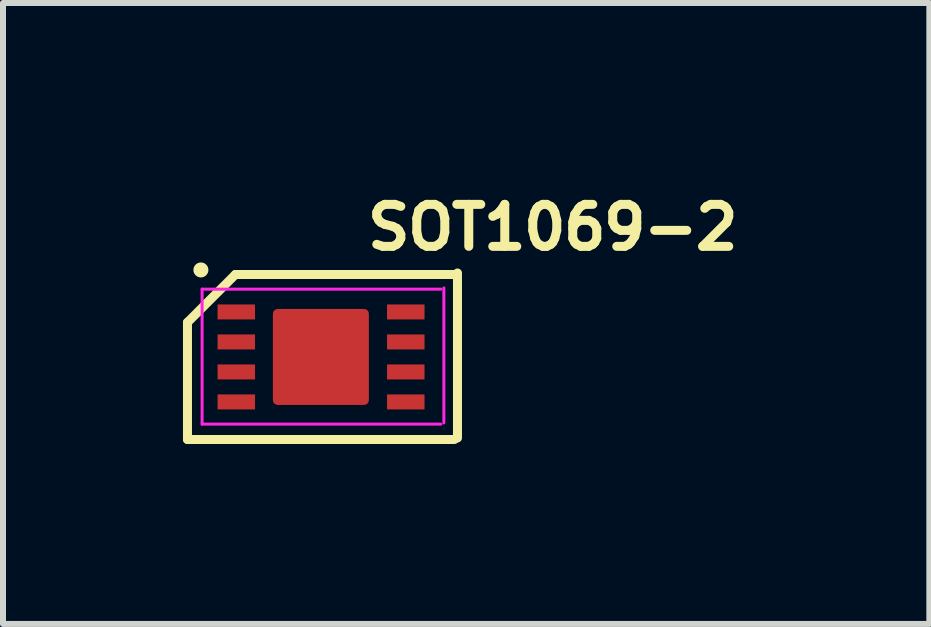
<source format=kicad_pcb>
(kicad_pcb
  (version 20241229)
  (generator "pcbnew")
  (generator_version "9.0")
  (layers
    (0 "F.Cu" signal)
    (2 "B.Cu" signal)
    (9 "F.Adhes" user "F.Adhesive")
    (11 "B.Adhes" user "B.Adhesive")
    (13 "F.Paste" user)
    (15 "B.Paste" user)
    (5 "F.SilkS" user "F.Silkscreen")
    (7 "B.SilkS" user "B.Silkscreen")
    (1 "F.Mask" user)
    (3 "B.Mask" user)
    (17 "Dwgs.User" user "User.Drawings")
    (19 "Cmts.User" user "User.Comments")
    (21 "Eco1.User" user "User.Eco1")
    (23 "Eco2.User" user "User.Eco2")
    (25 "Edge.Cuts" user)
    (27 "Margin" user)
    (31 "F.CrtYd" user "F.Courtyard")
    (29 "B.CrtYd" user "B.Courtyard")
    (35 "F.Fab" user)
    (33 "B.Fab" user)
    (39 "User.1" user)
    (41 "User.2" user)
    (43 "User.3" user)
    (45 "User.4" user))
  (footprint "SOT1069-2"
    (layer "F.Cu")
    (at 2.299 2.9)
    (property "Reference" "SOT1069-2" (at 0.7 -1.75 180) (layer "F.SilkS") (effects (font (size 0.7 0.7) (thickness 0.15)) (justify left bottom)))
    (attr smd)
    (fp_line (start -2.224 -0.576) (end -1.425 -1.374) (stroke (width 0.15) (type solid)) (layer "F.SilkS"))
    (fp_line (start -2.224 1.376) (end -2.224 -0.576) (stroke (width 0.15) (type solid)) (layer "F.SilkS"))
    (fp_line (start -1.425 -1.374) (end 2.226 -1.374) (stroke (width 0.15) (type solid)) (layer "F.SilkS"))
    (fp_line (start 2.226 1.376) (end -2.224 1.376) (stroke (width 0.15) (type solid)) (layer "F.SilkS"))
    (fp_line (start 2.277 -1.399) (end 2.277 1.351) (stroke (width 0.15) (type solid)) (layer "F.SilkS"))
    (fp_circle (center -2 -1.45) (end -1.95 -1.45) (stroke (width 0.15) (type solid)) (fill yes) (layer "F.SilkS"))
    (fp_line (start -1.98 -1.13) (end 2 -1.13) (stroke (width 0.05) (type solid)) (layer "F.CrtYd"))
    (fp_line (start -1.98 1.12) (end -1.98 -1.13) (stroke (width 0.05) (type solid)) (layer "F.CrtYd"))
    (fp_line (start 2 1.12) (end -1.98 1.12) (stroke (width 0.05) (type solid)) (layer "F.CrtYd"))
    (fp_line (start 2.05 -1.15) (end 2.05 1.1) (stroke (width 0.05) (type solid)) (layer "F.CrtYd"))
    (fp_rect (start -1.499 -0.999) (end 1.5 0.999) (stroke (width 0.1) (type solid)) (fill no) (layer "User.5"))
    (fp_line (start -1.412 -0.663) (end -1.412 -0.663) (stroke (width 0.02) (type solid)) (layer "User.9"))
    (fp_line (start -1.412 -0.663) (end -1.41 -0.654) (stroke (width 0.02) (type solid)) (layer "User.9"))
    (fp_line (start -1.41 -0.684) (end -1.41 -0.674) (stroke (width 0.02) (type solid)) (layer "User.9"))
    (fp_line (start -1.41 -0.674) (end -1.412 -0.663) (stroke (width 0.02) (type solid)) (layer "User.9"))
    (fp_line (start -1.41 -0.654) (end -1.41 -0.644) (stroke (width 0.02) (type solid)) (layer "User.9"))
    (fp_line (start -1.41 -0.644) (end -1.408 -0.634) (stroke (width 0.02) (type solid)) (layer "User.9"))
    (fp_line (start -1.408 -0.694) (end -1.41 -0.684) (stroke (width 0.02) (type solid)) (layer "User.9"))
    (fp_line (start -1.408 -0.634) (end -1.406 -0.624) (stroke (width 0.02) (type solid)) (layer "User.9"))
    (fp_line (start -1.406 -0.704) (end -1.408 -0.694) (stroke (width 0.02) (type solid)) (layer "User.9"))
    (fp_line (start -1.406 -0.624) (end -1.404 -0.615) (stroke (width 0.02) (type solid)) (layer "User.9"))
    (fp_line (start -1.404 -0.713) (end -1.406 -0.704) (stroke (width 0.02) (type solid)) (layer "User.9"))
    (fp_line (start -1.404 -0.615) (end -1.402 -0.605) (stroke (width 0.02) (type solid)) (layer "User.9"))
    (fp_line (start -1.402 -0.723) (end -1.404 -0.713) (stroke (width 0.02) (type solid)) (layer "User.9"))
    (fp_line (start -1.402 -0.605) (end -1.398 -0.595) (stroke (width 0.02) (type solid)) (layer "User.9"))
    (fp_line (start -1.398 -0.733) (end -1.402 -0.723) (stroke (width 0.02) (type solid)) (layer "User.9"))
    (fp_line (start -1.398 -0.595) (end -1.396 -0.586) (stroke (width 0.02) (type solid)) (layer "User.9"))
    (fp_line (start -1.396 -0.742) (end -1.398 -0.733) (stroke (width 0.02) (type solid)) (layer "User.9"))
    (fp_line (start -1.396 -0.586) (end -1.392 -0.577) (stroke (width 0.02) (type solid)) (layer "User.9"))
    (fp_line (start -1.392 -0.751) (end -1.396 -0.742) (stroke (width 0.02) (type solid)) (layer "User.9"))
    (fp_line (start -1.392 -0.577) (end -1.387 -0.568) (stroke (width 0.02) (type solid)) (layer "User.9"))
    (fp_line (start -1.387 -0.76) (end -1.392 -0.751) (stroke (width 0.02) (type solid)) (layer "User.9"))
    (fp_line (start -1.387 -0.568) (end -1.383 -0.56) (stroke (width 0.02) (type solid)) (layer "User.9"))
    (fp_line (start -1.383 -0.768) (end -1.387 -0.76) (stroke (width 0.02) (type solid)) (layer "User.9"))
    (fp_line (start -1.383 -0.56) (end -1.377 -0.552) (stroke (width 0.02) (type solid)) (layer "User.9"))
    (fp_line (start -1.377 -0.776) (end -1.383 -0.768) (stroke (width 0.02) (type solid)) (layer "User.9"))
    (fp_line (start -1.377 -0.552) (end -1.371 -0.544) (stroke (width 0.02) (type solid)) (layer "User.9"))
    (fp_line (start -1.371 -0.784) (end -1.377 -0.776) (stroke (width 0.02) (type solid)) (layer "User.9"))
    (fp_line (start -1.371 -0.544) (end -1.365 -0.536) (stroke (width 0.02) (type solid)) (layer "User.9"))
    (fp_line (start -1.365 -0.791) (end -1.371 -0.784) (stroke (width 0.02) (type solid)) (layer "User.9"))
    (fp_line (start -1.365 -0.536) (end -1.359 -0.53) (stroke (width 0.02) (type solid)) (layer "User.9"))
    (fp_line (start -1.359 -0.798) (end -1.365 -0.791) (stroke (width 0.02) (type solid)) (layer "User.9"))
    (fp_line (start -1.359 -0.53) (end -1.353 -0.523) (stroke (width 0.02) (type solid)) (layer "User.9"))
    (fp_line (start -1.353 -0.805) (end -1.359 -0.798) (stroke (width 0.02) (type solid)) (layer "User.9"))
    (fp_line (start -1.353 -0.523) (end -1.345 -0.516) (stroke (width 0.02) (type solid)) (layer "User.9"))
    (fp_line (start -1.345 -0.812) (end -1.353 -0.805) (stroke (width 0.02) (type solid)) (layer "User.9"))
    (fp_line (start -1.345 -0.516) (end -1.339 -0.51) (stroke (width 0.02) (type solid)) (layer "User.9"))
    (fp_line (start -1.339 -0.818) (end -1.345 -0.812) (stroke (width 0.02) (type solid)) (layer "User.9"))
    (fp_line (start -1.339 -0.51) (end -1.331 -0.504) (stroke (width 0.02) (type solid)) (layer "User.9"))
    (fp_line (start -1.331 -0.824) (end -1.339 -0.818) (stroke (width 0.02) (type solid)) (layer "User.9"))
    (fp_line (start -1.331 -0.504) (end -1.323 -0.499) (stroke (width 0.02) (type solid)) (layer "User.9"))
    (fp_line (start -1.323 -0.829) (end -1.331 -0.824) (stroke (width 0.02) (type solid)) (layer "User.9"))
    (fp_line (start -1.323 -0.499) (end -1.315 -0.493) (stroke (width 0.02) (type solid)) (layer "User.9"))
    (fp_line (start -1.315 -0.835) (end -1.323 -0.829) (stroke (width 0.02) (type solid)) (layer "User.9"))
    (fp_line (start -1.315 -0.493) (end -1.307 -0.489) (stroke (width 0.02) (type solid)) (layer "User.9"))
    (fp_line (start -1.307 -0.839) (end -1.315 -0.835) (stroke (width 0.02) (type solid)) (layer "User.9"))
    (fp_line (start -1.307 -0.489) (end -1.297 -0.484) (stroke (width 0.02) (type solid)) (layer "User.9"))
    (fp_line (start -1.297 -0.844) (end -1.307 -0.839) (stroke (width 0.02) (type solid)) (layer "User.9"))
    (fp_line (start -1.297 -0.484) (end -1.289 -0.48) (stroke (width 0.02) (type solid)) (layer "User.9"))
    (fp_line (start -1.289 -0.848) (end -1.297 -0.844) (stroke (width 0.02) (type solid)) (layer "User.9"))
    (fp_line (start -1.289 -0.48) (end -1.279 -0.477) (stroke (width 0.02) (type solid)) (layer "User.9"))
    (fp_line (start -1.279 -0.851) (end -1.289 -0.848) (stroke (width 0.02) (type solid)) (layer "User.9"))
    (fp_line (start -1.279 -0.477) (end -1.271 -0.473) (stroke (width 0.02) (type solid)) (layer "User.9"))
    (fp_line (start -1.271 -0.856) (end -1.279 -0.851) (stroke (width 0.02) (type solid)) (layer "User.9"))
    (fp_line (start -1.271 -0.473) (end -1.261 -0.471) (stroke (width 0.02) (type solid)) (layer "User.9"))
    (fp_line (start -1.261 -0.858) (end -1.271 -0.856) (stroke (width 0.02) (type solid)) (layer "User.9"))
    (fp_line (start -1.261 -0.471) (end -1.252 -0.469) (stroke (width 0.02) (type solid)) (layer "User.9"))
    (fp_line (start -1.252 -0.86) (end -1.261 -0.858) (stroke (width 0.02) (type solid)) (layer "User.9"))
    (fp_line (start -1.252 -0.469) (end -1.242 -0.466) (stroke (width 0.02) (type solid)) (layer "User.9"))
    (fp_line (start -1.242 -0.862) (end -1.252 -0.86) (stroke (width 0.02) (type solid)) (layer "User.9"))
    (fp_line (start -1.242 -0.466) (end -1.232 -0.465) (stroke (width 0.02) (type solid)) (layer "User.9"))
    (fp_line (start -1.232 -0.863) (end -1.242 -0.862) (stroke (width 0.02) (type solid)) (layer "User.9"))
    (fp_line (start -1.232 -0.465) (end -1.222 -0.464) (stroke (width 0.02) (type solid)) (layer "User.9"))
    (fp_line (start -1.222 -0.864) (end -1.232 -0.863) (stroke (width 0.02) (type solid)) (layer "User.9"))
    (fp_line (start -1.222 -0.464) (end -1.212 -0.464) (stroke (width 0.02) (type solid)) (layer "User.9"))
    (fp_line (start -1.212 -0.865) (end -1.222 -0.864) (stroke (width 0.02) (type solid)) (layer "User.9"))
    (fp_line (start -1.212 -0.865) (end -1.212 -0.865) (stroke (width 0.02) (type solid)) (layer "User.9"))
    (fp_line (start -1.212 -0.464) (end -1.212 -0.464) (stroke (width 0.02) (type solid)) (layer "User.9"))
    (fp_line (start -1.212 -0.464) (end -1.212 -0.464) (stroke (width 0.02) (type solid)) (layer "User.9"))
    (fp_line (start -1.212 -0.464) (end -1.2 -0.464) (stroke (width 0.02) (type solid)) (layer "User.9"))
    (fp_line (start -1.2 -0.864) (end -1.212 -0.865) (stroke (width 0.02) (type solid)) (layer "User.9"))
    (fp_line (start -1.2 -0.464) (end -1.19 -0.465) (stroke (width 0.02) (type solid)) (layer "User.9"))
    (fp_line (start -1.19 -0.863) (end -1.2 -0.864) (stroke (width 0.02) (type solid)) (layer "User.9"))
    (fp_line (start -1.19 -0.465) (end -1.18 -0.466) (stroke (width 0.02) (type solid)) (layer "User.9"))
    (fp_line (start -1.18 -0.862) (end -1.19 -0.863) (stroke (width 0.02) (type solid)) (layer "User.9"))
    (fp_line (start -1.18 -0.466) (end -1.17 -0.469) (stroke (width 0.02) (type solid)) (layer "User.9"))
    (fp_line (start -1.17 -0.86) (end -1.18 -0.862) (stroke (width 0.02) (type solid)) (layer "User.9"))
    (fp_line (start -1.17 -0.469) (end -1.162 -0.471) (stroke (width 0.02) (type solid)) (layer "User.9"))
    (fp_line (start -1.162 -0.858) (end -1.17 -0.86) (stroke (width 0.02) (type solid)) (layer "User.9"))
    (fp_line (start -1.162 -0.471) (end -1.152 -0.473) (stroke (width 0.02) (type solid)) (layer "User.9"))
    (fp_line (start -1.152 -0.856) (end -1.162 -0.858) (stroke (width 0.02) (type solid)) (layer "User.9"))
    (fp_line (start -1.152 -0.473) (end -1.142 -0.477) (stroke (width 0.02) (type solid)) (layer "User.9"))
    (fp_line (start -1.142 -0.477) (end -1.134 -0.48) (stroke (width 0.02) (type solid)) (layer "User.9"))
    (fp_line (start -1.134 -0.848) (end -1.142 -0.851) (stroke (width 0.02) (type solid)) (layer "User.9"))
    (fp_line (start -1.134 -0.48) (end -1.125 -0.484) (stroke (width 0.02) (type solid)) (layer "User.9"))
    (fp_line (start -1.125 -0.844) (end -1.134 -0.848) (stroke (width 0.02) (type solid)) (layer "User.9"))
    (fp_line (start -1.125 -0.484) (end -1.115 -0.489) (stroke (width 0.02) (type solid)) (layer "User.9"))
    (fp_line (start -1.115 -0.839) (end -1.125 -0.844) (stroke (width 0.02) (type solid)) (layer "User.9"))
    (fp_line (start -1.115 -0.489) (end -1.107 -0.493) (stroke (width 0.02) (type solid)) (layer "User.9"))
    (fp_line (start -1.107 -0.835) (end -1.115 -0.839) (stroke (width 0.02) (type solid)) (layer "User.9"))
    (fp_line (start -1.107 -0.493) (end -1.099 -0.499) (stroke (width 0.02) (type solid)) (layer "User.9"))
    (fp_line (start -1.099 -0.499) (end -1.091 -0.504) (stroke (width 0.02) (type solid)) (layer "User.9"))
    (fp_line (start -1.091 -0.824) (end -1.099 -0.829) (stroke (width 0.02) (type solid)) (layer "User.9"))
    (fp_line (start -1.091 -0.504) (end -1.083 -0.51) (stroke (width 0.02) (type solid)) (layer "User.9"))
    (fp_line (start -1.083 -0.818) (end -1.091 -0.824) (stroke (width 0.02) (type solid)) (layer "User.9"))
    (fp_line (start -1.083 -0.51) (end -1.077 -0.516) (stroke (width 0.02) (type solid)) (layer "User.9"))
    (fp_line (start -1.077 -0.812) (end -1.083 -0.818) (stroke (width 0.02) (type solid)) (layer "User.9"))
    (fp_line (start -1.077 -0.516) (end -1.069 -0.523) (stroke (width 0.02) (type solid)) (layer "User.9"))
    (fp_line (start -1.069 -0.805) (end -1.077 -0.812) (stroke (width 0.02) (type solid)) (layer "User.9"))
    (fp_line (start -1.069 -0.523) (end -1.063 -0.53) (stroke (width 0.02) (type solid)) (layer "User.9"))
    (fp_line (start -1.063 -0.798) (end -1.069 -0.805) (stroke (width 0.02) (type solid)) (layer "User.9"))
    (fp_line (start -1.063 -0.53) (end -1.057 -0.536) (stroke (width 0.02) (type solid)) (layer "User.9"))
    (fp_line (start -1.057 -0.791) (end -1.063 -0.798) (stroke (width 0.02) (type solid)) (layer "User.9"))
    (fp_line (start -1.057 -0.536) (end -1.051 -0.544) (stroke (width 0.02) (type solid)) (layer "User.9"))
    (fp_line (start -1.051 -0.784) (end -1.057 -0.791) (stroke (width 0.02) (type solid)) (layer "User.9"))
    (fp_line (start -1.051 -0.544) (end -1.045 -0.552) (stroke (width 0.02) (type solid)) (layer "User.9"))
    (fp_line (start -1.045 -0.552) (end -1.039 -0.56) (stroke (width 0.02) (type solid)) (layer "User.9"))
    (fp_line (start -1.039 -0.768) (end -1.045 -0.776) (stroke (width 0.02) (type solid)) (layer "User.9"))
    (fp_line (start -1.039 -0.56) (end -1.035 -0.568) (stroke (width 0.02) (type solid)) (layer "User.9"))
    (fp_line (start -1.035 -0.76) (end -1.039 -0.768) (stroke (width 0.02) (type solid)) (layer "User.9"))
    (fp_line (start -1.035 -0.568) (end -1.031 -0.577) (stroke (width 0.02) (type solid)) (layer "User.9"))
    (fp_line (start -1.031 -0.751) (end -1.035 -0.76) (stroke (width 0.02) (type solid)) (layer "User.9"))
    (fp_line (start -1.031 -0.577) (end -1.027 -0.586) (stroke (width 0.02) (type solid)) (layer "User.9"))
    (fp_line (start -1.027 -0.742) (end -1.031 -0.751) (stroke (width 0.02) (type solid)) (layer "User.9"))
    (fp_line (start -1.027 -0.586) (end -1.023 -0.595) (stroke (width 0.02) (type solid)) (layer "User.9"))
    (fp_line (start -1.023 -0.733) (end -1.027 -0.742) (stroke (width 0.02) (type solid)) (layer "User.9"))
    (fp_line (start -1.023 -0.595) (end -1.019 -0.605) (stroke (width 0.02) (type solid)) (layer "User.9"))
    (fp_line (start -1.019 -0.723) (end -1.023 -0.733) (stroke (width 0.02) (type solid)) (layer "User.9"))
    (fp_line (start -1.019 -0.605) (end -1.017 -0.615) (stroke (width 0.02) (type solid)) (layer "User.9"))
    (fp_line (start -1.017 -0.713) (end -1.019 -0.723) (stroke (width 0.02) (type solid)) (layer "User.9"))
    (fp_line (start -1.017 -0.615) (end -1.015 -0.624) (stroke (width 0.02) (type solid)) (layer "User.9"))
    (fp_line (start -1.015 -0.704) (end -1.017 -0.713) (stroke (width 0.02) (type solid)) (layer "User.9"))
    (fp_line (start -1.015 -0.624) (end -1.013 -0.634) (stroke (width 0.02) (type solid)) (layer "User.9"))
    (fp_line (start -1.013 -0.694) (end -1.015 -0.704) (stroke (width 0.02) (type solid)) (layer "User.9"))
    (fp_line (start -1.013 -0.684) (end -1.013 -0.694) (stroke (width 0.02) (type solid)) (layer "User.9"))
    (fp_line (start -1.013 -0.644) (end -1.011 -0.654) (stroke (width 0.02) (type solid)) (layer "User.9"))
    (fp_line (start -1.013 -0.634) (end -1.013 -0.644) (stroke (width 0.02) (type solid)) (layer "User.9"))
    (fp_line (start -1.011 -0.674) (end -1.013 -0.684) (stroke (width 0.02) (type solid)) (layer "User.9"))
    (fp_line (start -1.011 -0.663) (end -1.011 -0.674) (stroke (width 0.02) (type solid)) (layer "User.9"))
    (fp_line (start -1.011 -0.663) (end -1.011 -0.663) (stroke (width 0.02) (type solid)) (layer "User.9"))
    (fp_line (start -1.011 -0.654) (end -1.011 -0.663) (stroke (width 0.02) (type solid)) (layer "User.9"))
    (fp_line (start 1.5 -0.999) (end -1.499 -0.999) (stroke (width 0.02) (type solid)) (layer "User.9"))
    (fp_line (start 1.5 -0.999) (end 1.5 0.999) (stroke (width 0.02) (type solid)) (layer "User.9"))
    (fp_line (start 1.5 0.999) (end -1.499 0.999) (stroke (width 0.02) (type solid)) (layer "User.9"))
    (pad "1" smd rect (at -1.41 -0.75 270) (size 0.25 0.625) (layers "F.Cu" "F.Mask" "F.Paste"))
    (pad "2" smd rect (at -1.41 -0.25 270) (size 0.25 0.625) (layers "F.Cu" "F.Mask" "F.Paste"))
    (pad "3" smd rect (at -1.41 0.25 270) (size 0.25 0.625) (layers "F.Cu" "F.Mask" "F.Paste"))
    (pad "4" smd rect (at -1.41 0.75 270) (size 0.25 0.625) (layers "F.Cu" "F.Mask" "F.Paste"))
    (pad "5" smd rect (at 1.415 0.75 270) (size 0.25 0.625) (layers "F.Cu" "F.Mask" "F.Paste"))
    (pad "6" smd rect (at 1.415 0.25 270) (size 0.25 0.625) (layers "F.Cu" "F.Mask" "F.Paste"))
    (pad "7" smd rect (at 1.415 -0.25 270) (size 0.25 0.625) (layers "F.Cu" "F.Mask" "F.Paste"))
    (pad "8" smd rect (at 1.415 -0.75 270) (size 0.25 0.625) (layers "F.Cu" "F.Mask" "F.Paste"))
    (pad "9" smd roundrect (at 0 0 270) (size 1.6 1.6) (layers "F.Cu" "F.Mask" "F.Paste") (roundrect_rratio 0.05)))
  (gr_rect
    (start -3 -3)
    (end 12.442 7.351)
    (stroke (width 0.1) (type default))
    (fill no)
    (layer "Edge.Cuts")))
</source>
